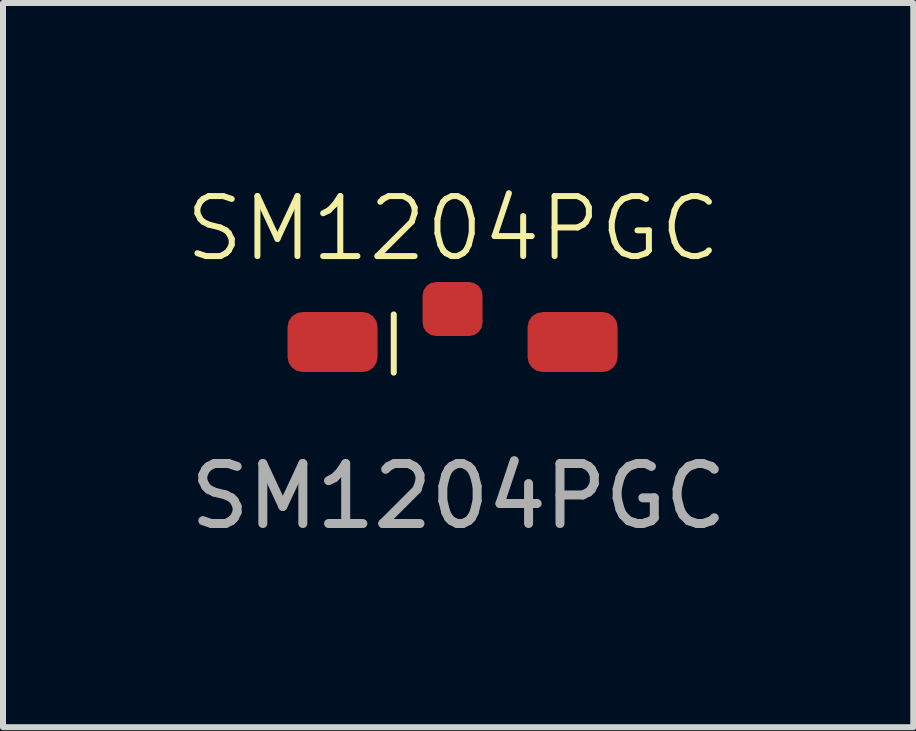
<source format=kicad_pcb>
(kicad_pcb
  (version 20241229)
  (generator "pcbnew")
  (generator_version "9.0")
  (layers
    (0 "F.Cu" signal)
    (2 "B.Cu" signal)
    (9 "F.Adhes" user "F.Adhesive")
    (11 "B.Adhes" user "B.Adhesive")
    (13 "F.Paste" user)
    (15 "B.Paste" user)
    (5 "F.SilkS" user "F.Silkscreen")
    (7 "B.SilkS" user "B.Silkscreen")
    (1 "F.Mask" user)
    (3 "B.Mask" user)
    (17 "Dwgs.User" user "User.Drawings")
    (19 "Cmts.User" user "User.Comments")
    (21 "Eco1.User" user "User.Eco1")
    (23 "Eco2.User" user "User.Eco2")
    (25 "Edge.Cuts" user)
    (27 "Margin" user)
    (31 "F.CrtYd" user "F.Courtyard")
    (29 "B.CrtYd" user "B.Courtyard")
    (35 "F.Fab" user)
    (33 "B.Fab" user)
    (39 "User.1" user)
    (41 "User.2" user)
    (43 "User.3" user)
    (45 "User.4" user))
  (footprint "SM1204PGC"
    (layer "F.Cu")
    (at 4.592 2.72)
    (property "Reference" "SM1204PGC" (at -0.09 -1.96 0) (unlocked yes) (layer "F.SilkS") (effects (font (size 1 1) (thickness 0.1))))
    (attr smd)
    (fp_line (start -1.08 0.44) (end -1.08 -0.53) (stroke (width 0.1) (type default)) (layer "F.SilkS"))
    (fp_text user "${REFERENCE}" (at 0 2.5 0) (unlocked yes) (layer "F.Fab") (effects (font (size 1 1) (thickness 0.15))))
    (pad "" smd roundrect (at -0.1 -0.62) (size 1 0.9) (layers "F.Cu" "F.Mask" "F.Paste") (roundrect_rratio 0.25))
    (pad "1" smd roundrect (at 1.9 -0.07) (size 1.5 1) (layers "F.Cu" "F.Mask" "F.Paste") (roundrect_rratio 0.25))
    (pad "2" smd roundrect (at -2.1 -0.07) (size 1.5 1) (layers "F.Cu" "F.Mask" "F.Paste") (roundrect_rratio 0.25)))
  (gr_rect
    (start -3 -3)
    (end 12.17 9.069)
    (stroke (width 0.1) (type default))
    (fill no)
    (layer "Edge.Cuts")))
</source>
